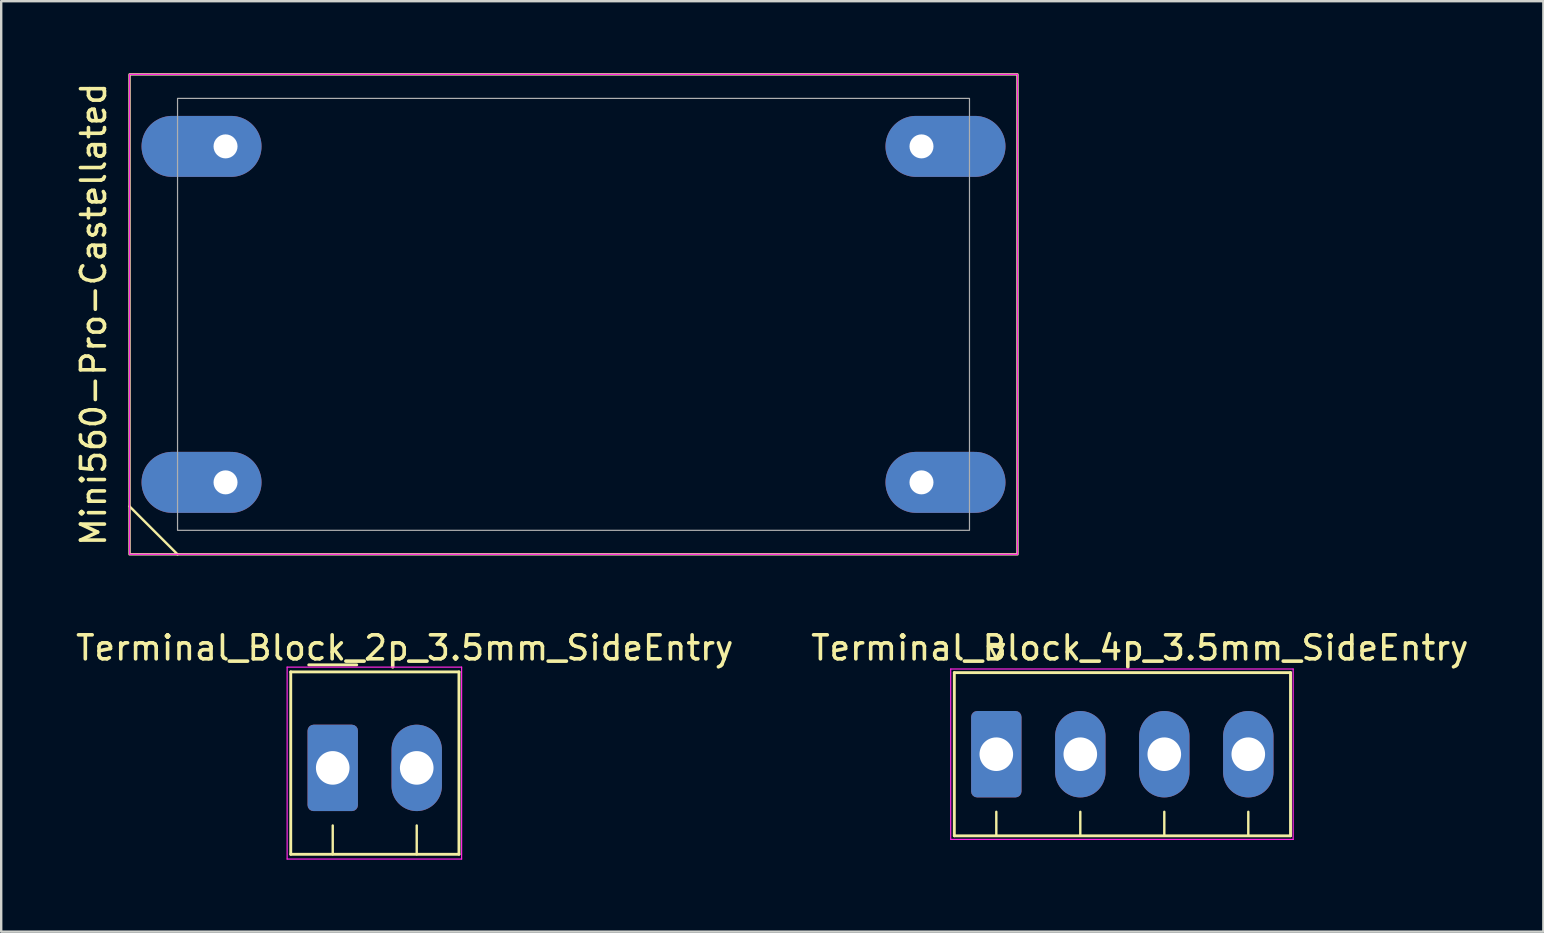
<source format=kicad_pcb>
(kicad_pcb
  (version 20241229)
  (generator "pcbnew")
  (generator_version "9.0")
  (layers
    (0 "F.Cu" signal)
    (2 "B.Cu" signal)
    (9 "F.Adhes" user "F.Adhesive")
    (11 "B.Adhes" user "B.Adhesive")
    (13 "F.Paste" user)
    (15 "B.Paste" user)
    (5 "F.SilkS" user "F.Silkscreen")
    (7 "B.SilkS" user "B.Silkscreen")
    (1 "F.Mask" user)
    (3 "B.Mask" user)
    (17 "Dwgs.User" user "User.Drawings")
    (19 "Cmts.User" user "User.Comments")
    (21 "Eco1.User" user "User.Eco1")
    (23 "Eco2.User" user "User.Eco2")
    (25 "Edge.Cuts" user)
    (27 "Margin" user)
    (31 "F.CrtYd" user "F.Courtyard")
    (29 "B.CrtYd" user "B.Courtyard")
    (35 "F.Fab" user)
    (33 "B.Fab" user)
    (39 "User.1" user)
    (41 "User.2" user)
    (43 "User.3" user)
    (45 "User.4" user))
  (footprint "Terminal_Block_4p_3.5mm_SideEntry"
    (layer "F.Cu")
    (at 38.466 28.378)
    (property "Reference" "Terminal_Block_4p_3.5mm_SideEntry" (at 5.98 -4.43 0) (layer "F.SilkS") (effects (font (size 1 1) (thickness 0.15))))
    (attr through_hole)
    (fp_line (start -1.75 -3.4) (end -1.75 3.4) (stroke (width 0.12) (type solid)) (layer "F.SilkS"))
    (fp_line (start -0.3 -4.58) (end 0.3 -4.58) (stroke (width 0.12) (type solid)) (layer "F.SilkS"))
    (fp_line (start 0 -3.98) (end -0.3 -4.58) (stroke (width 0.12) (type solid)) (layer "F.SilkS"))
    (fp_line (start 0 3.4) (end 0 2.4) (stroke (width 0.1) (type default)) (layer "F.SilkS"))
    (fp_line (start 0.3 -4.58) (end 0 -3.98) (stroke (width 0.12) (type solid)) (layer "F.SilkS"))
    (fp_line (start 3.5 3.4) (end 3.5 2.4) (stroke (width 0.1) (type default)) (layer "F.SilkS"))
    (fp_line (start 7 3.4) (end 7 2.4) (stroke (width 0.1) (type default)) (layer "F.SilkS"))
    (fp_line (start 10.5 3.4) (end 10.5 2.4) (stroke (width 0.1) (type default)) (layer "F.SilkS"))
    (fp_line (start 12.26 -3.4) (end -1.75 -3.4) (stroke (width 0.12) (type solid)) (layer "F.SilkS"))
    (fp_line (start 12.26 -3.4) (end 12.26 3.4) (stroke (width 0.12) (type solid)) (layer "F.SilkS"))
    (fp_line (start 12.26 3.4) (end -1.75 3.4) (stroke (width 0.12) (type solid)) (layer "F.SilkS"))
    (fp_line (start -1.9 -3.55) (end -1.9 3.55) (stroke (width 0.05) (type solid)) (layer "F.CrtYd"))
    (fp_line (start 12.37 -3.55) (end -1.9 -3.55) (stroke (width 0.05) (type solid)) (layer "F.CrtYd"))
    (fp_line (start 12.37 -3.55) (end 12.37 3.55) (stroke (width 0.05) (type solid)) (layer "F.CrtYd"))
    (fp_line (start 12.37 3.55) (end -1.9 3.55) (stroke (width 0.05) (type solid)) (layer "F.CrtYd"))
    (pad "1" thru_hole roundrect (at 0 0) (size 2.1 3.6) (drill 1.4) (layers "*.Cu" "*.Mask") (roundrect_rratio 0.119))
    (pad "2" thru_hole oval (at 3.5 0) (size 2.1 3.6) (drill 1.4) (layers "*.Cu" "*.Mask"))
    (pad "3" thru_hole oval (at 7 0) (size 2.1 3.6) (drill 1.4) (layers "*.Cu" "*.Mask"))
    (pad "4" thru_hole oval (at 10.5 0) (size 2.1 3.6) (drill 1.4) (layers "*.Cu" "*.Mask")))
  (footprint "Mini560-Pro-Castellated"
    (layer "F.Cu")
    (at 20.848 10.05)
    (property "Reference" "Mini560-Pro-Castellated" (at -20 0 90) (layer "F.SilkS") (effects (font (size 1 1) (thickness 0.15))))
    (attr smd)
    (fp_line (start -18.5 8) (end -16.5 10) (stroke (width 0.1) (type default)) (layer "F.SilkS"))
    (fp_rect (start -18.5 -10) (end 18.5 10) (stroke (width 0.1) (type default)) (fill no) (layer "F.SilkS"))
    (fp_rect (start -18.5 -10) (end 18.5 10) (stroke (width 0.05) (type default)) (fill no) (layer "F.CrtYd"))
    (fp_rect (start -16.5 -9) (end 16.5 9) (stroke (width 0.05) (type default)) (fill no) (layer "F.Fab"))
    (pad "1" thru_hole oval (at -14.5 7) (size 5 2.54) (drill 1 (offset -1 0)) (layers "*.Cu" "*.Mask") (remove_unused_layers yes) (keep_end_layers yes) (zone_layer_connections))
    (pad "2" thru_hole oval (at 14.5 7) (size 5 2.54) (drill 1 (offset 1 0)) (layers "*.Cu" "*.Mask"))
    (pad "3" thru_hole oval (at 14.5 -7) (size 5 2.54) (drill 1 (offset 1 0)) (layers "*.Cu" "*.Mask"))
    (pad "4" thru_hole oval (at -14.5 -7) (size 5 2.54) (drill 1 (offset -1 0)) (layers "*.Cu" "*.Mask")))
  (footprint "Terminal_Block_2p_3.5mm_SideEntry"
    (layer "F.Cu")
    (at 10.815 28.948)
    (property "Reference" "Terminal_Block_2p_3.5mm_SideEntry" (at 3 -5 0) (layer "F.SilkS") (effects (font (size 1 1) (thickness 0.15))))
    (attr through_hole)
    (fp_line (start -1.75 -4) (end -1.75 3.6) (stroke (width 0.12) (type solid)) (layer "F.SilkS"))
    (fp_line (start -1 -4.293) (end 1 -4.293) (stroke (width 0.12) (type solid)) (layer "F.SilkS"))
    (fp_line (start 0 3.6) (end 0 2.4) (stroke (width 0.1) (type default)) (layer "F.SilkS"))
    (fp_line (start 3.5 3.6) (end 3.5 2.4) (stroke (width 0.1) (type default)) (layer "F.SilkS"))
    (fp_line (start 5.26 -4) (end -1.75 -4) (stroke (width 0.12) (type solid)) (layer "F.SilkS"))
    (fp_line (start 5.26 -4) (end 5.26 3.6) (stroke (width 0.12) (type solid)) (layer "F.SilkS"))
    (fp_line (start 5.26 3.6) (end -1.75 3.6) (stroke (width 0.12) (type solid)) (layer "F.SilkS"))
    (fp_line (start -1.9 -4.2) (end -1.9 3.8) (stroke (width 0.05) (type solid)) (layer "F.CrtYd"))
    (fp_line (start 5.37 -4.2) (end -1.9 -4.2) (stroke (width 0.05) (type solid)) (layer "F.CrtYd"))
    (fp_line (start 5.37 -4.2) (end 5.37 3.8) (stroke (width 0.05) (type solid)) (layer "F.CrtYd"))
    (fp_line (start 5.37 3.8) (end -1.9 3.8) (stroke (width 0.05) (type solid)) (layer "F.CrtYd"))
    (pad "1" thru_hole roundrect (at 0 0) (size 2.1 3.6) (drill 1.4) (layers "*.Cu" "*.Mask") (roundrect_rratio 0.119))
    (pad "2" thru_hole oval (at 3.5 0) (size 2.1 3.6) (drill 1.4) (layers "*.Cu" "*.Mask")))
  (gr_rect
    (start -3 -3)
    (end 61.262 35.773)
    (stroke (width 0.1) (type default))
    (fill no)
    (layer "Edge.Cuts")))
</source>
